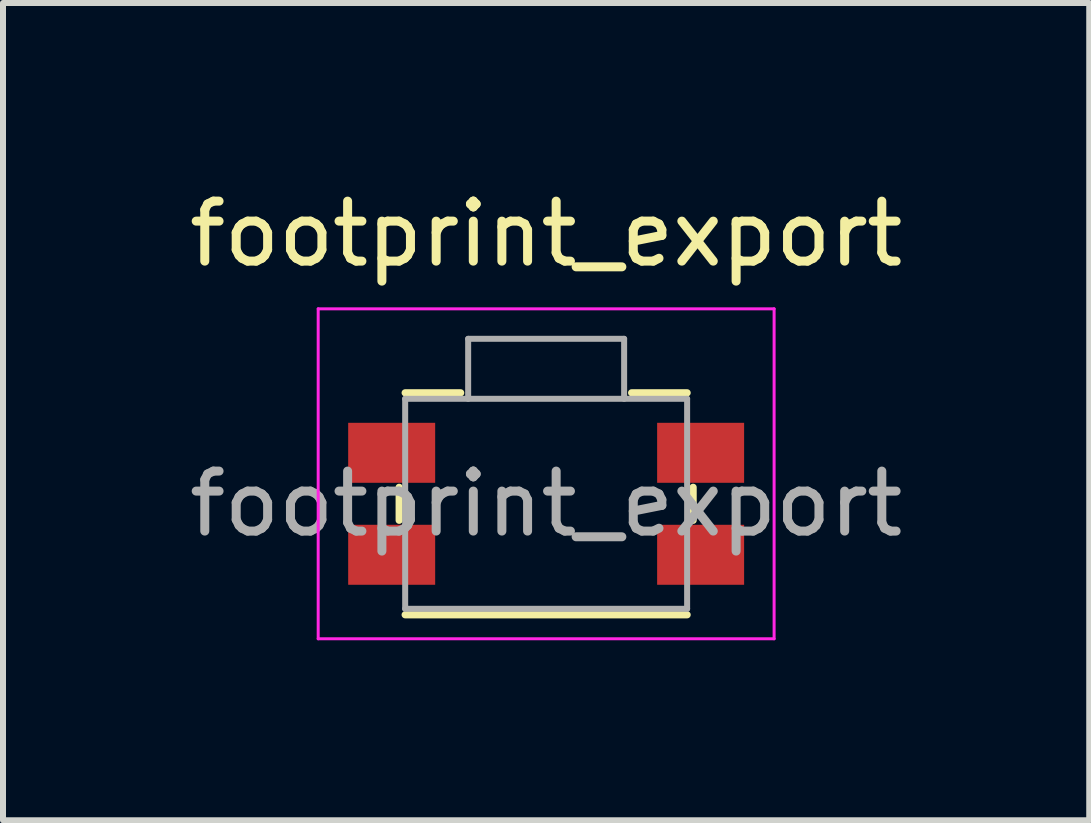
<source format=kicad_pcb>
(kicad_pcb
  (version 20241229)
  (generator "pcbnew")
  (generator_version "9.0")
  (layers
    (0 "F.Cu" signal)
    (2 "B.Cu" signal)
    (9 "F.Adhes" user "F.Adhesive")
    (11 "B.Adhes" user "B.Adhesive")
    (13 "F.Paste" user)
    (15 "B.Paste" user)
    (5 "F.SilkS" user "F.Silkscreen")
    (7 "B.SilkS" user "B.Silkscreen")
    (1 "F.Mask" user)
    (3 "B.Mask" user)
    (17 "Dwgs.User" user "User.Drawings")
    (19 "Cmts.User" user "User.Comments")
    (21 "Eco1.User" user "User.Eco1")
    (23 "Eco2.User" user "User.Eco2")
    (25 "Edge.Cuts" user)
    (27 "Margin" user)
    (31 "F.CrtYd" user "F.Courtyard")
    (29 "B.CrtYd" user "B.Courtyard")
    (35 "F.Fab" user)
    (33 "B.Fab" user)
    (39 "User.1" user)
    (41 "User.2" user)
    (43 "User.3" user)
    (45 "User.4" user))
  (footprint "footprint_export"
    (layer "F.Cu")
    (at 6.054 5.348)
    (property "Reference" "footprint_export" (at 0 -4.5 0) (layer "F.SilkS") (effects (font (size 1 1) (thickness 0.15))))
    (attr smd)
    (fp_line (start -2.45 0.275) (end -2.45 -0.275) (stroke (width 0.12) (type solid)) (layer "F.SilkS"))
    (fp_line (start -1.425 -1.85) (end -2.35 -1.85) (stroke (width 0.12) (type solid)) (layer "F.SilkS"))
    (fp_line (start 2.35 -1.85) (end 1.425 -1.85) (stroke (width 0.12) (type solid)) (layer "F.SilkS"))
    (fp_line (start 2.35 1.85) (end -2.35 1.85) (stroke (width 0.12) (type solid)) (layer "F.SilkS"))
    (fp_line (start 2.45 0.275) (end 2.45 -0.275) (stroke (width 0.12) (type solid)) (layer "F.SilkS"))
    (fp_line (start -3.8 2.25) (end -3.8 -3.25) (stroke (width 0.05) (type solid)) (layer "F.CrtYd"))
    (fp_line (start 3.8 -3.25) (end -3.8 -3.25) (stroke (width 0.05) (type solid)) (layer "F.CrtYd"))
    (fp_line (start 3.8 2.25) (end -3.8 2.25) (stroke (width 0.05) (type solid)) (layer "F.CrtYd"))
    (fp_line (start 3.8 2.25) (end 3.8 -3.25) (stroke (width 0.05) (type solid)) (layer "F.CrtYd"))
    (fp_line (start -2.35 1.75) (end -2.35 -1.75) (stroke (width 0.1) (type solid)) (layer "F.Fab"))
    (fp_line (start -1.3 -2.75) (end -1.3 -1.75) (stroke (width 0.1) (type solid)) (layer "F.Fab"))
    (fp_line (start 1.3 -2.75) (end -1.3 -2.75) (stroke (width 0.1) (type solid)) (layer "F.Fab"))
    (fp_line (start 1.3 -2.75) (end 1.3 -1.75) (stroke (width 0.1) (type solid)) (layer "F.Fab"))
    (fp_line (start 2.35 -1.75) (end -2.35 -1.75) (stroke (width 0.1) (type solid)) (layer "F.Fab"))
    (fp_line (start 2.35 1.75) (end -2.35 1.75) (stroke (width 0.1) (type solid)) (layer "F.Fab"))
    (fp_line (start 2.35 1.75) (end 2.35 -1.75) (stroke (width 0.1) (type solid)) (layer "F.Fab"))
    (fp_text user "${REFERENCE}" (at 0 0 0) (layer "F.Fab") (effects (font (size 1 1) (thickness 0.15))))
    (pad "1" smd rect (at -2.575 -0.85 180) (size 1.45 1) (layers "F.Cu" "F.Mask" "F.Paste"))
    (pad "1" smd rect (at 2.575 -0.85 180) (size 1.45 1) (layers "F.Cu" "F.Mask" "F.Paste"))
    (pad "2" smd rect (at -2.575 0.85 180) (size 1.45 1) (layers "F.Cu" "F.Mask" "F.Paste"))
    (pad "2" smd rect (at 2.575 0.85 180) (size 1.45 1) (layers "F.Cu" "F.Mask" "F.Paste")))
  (gr_rect
    (start -3 -3)
    (end 15.107 10.623)
    (stroke (width 0.1) (type default))
    (fill no)
    (layer "Edge.Cuts")))
</source>
